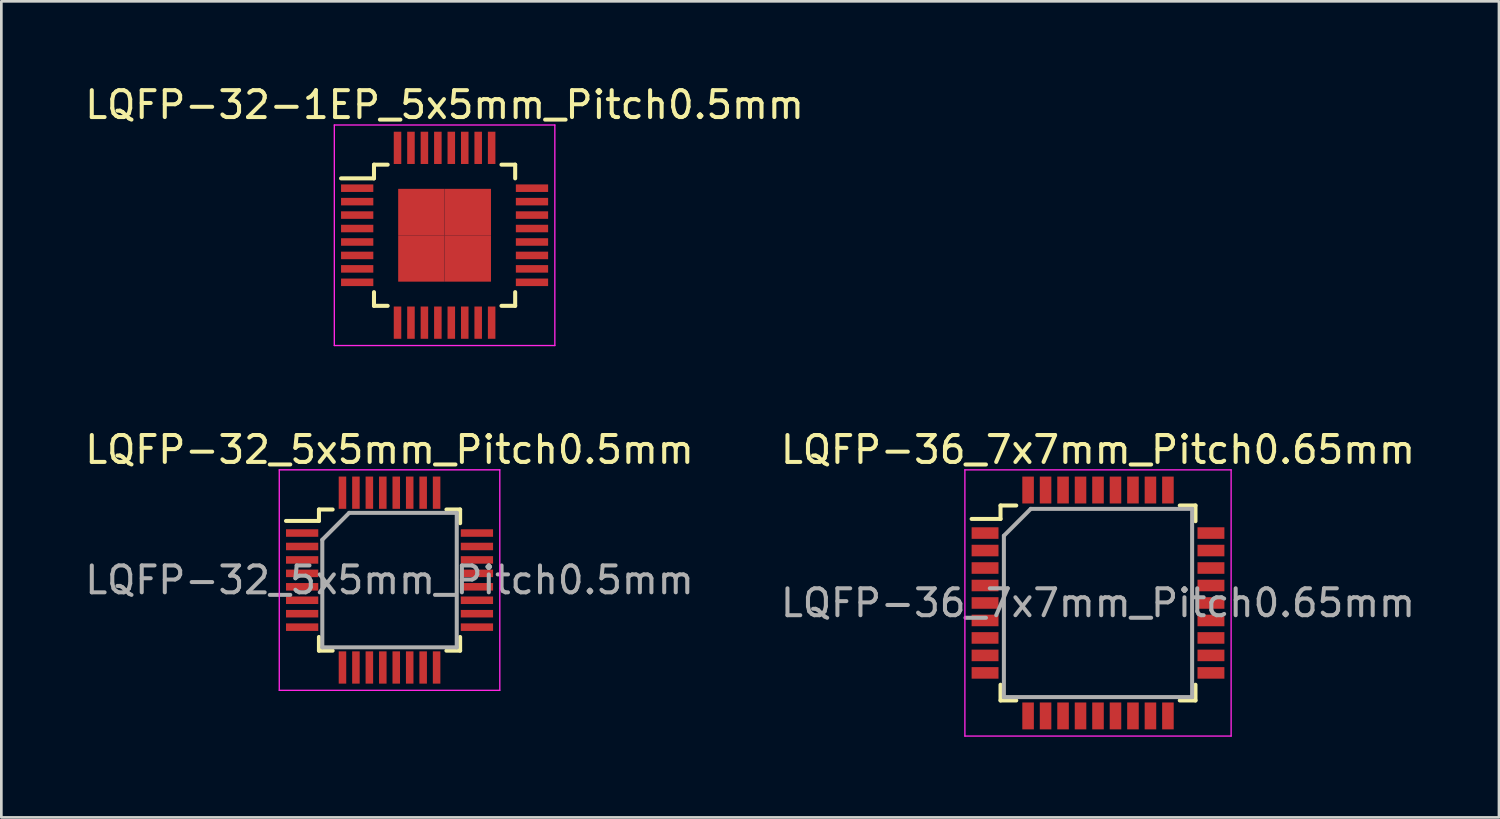
<source format=kicad_pcb>
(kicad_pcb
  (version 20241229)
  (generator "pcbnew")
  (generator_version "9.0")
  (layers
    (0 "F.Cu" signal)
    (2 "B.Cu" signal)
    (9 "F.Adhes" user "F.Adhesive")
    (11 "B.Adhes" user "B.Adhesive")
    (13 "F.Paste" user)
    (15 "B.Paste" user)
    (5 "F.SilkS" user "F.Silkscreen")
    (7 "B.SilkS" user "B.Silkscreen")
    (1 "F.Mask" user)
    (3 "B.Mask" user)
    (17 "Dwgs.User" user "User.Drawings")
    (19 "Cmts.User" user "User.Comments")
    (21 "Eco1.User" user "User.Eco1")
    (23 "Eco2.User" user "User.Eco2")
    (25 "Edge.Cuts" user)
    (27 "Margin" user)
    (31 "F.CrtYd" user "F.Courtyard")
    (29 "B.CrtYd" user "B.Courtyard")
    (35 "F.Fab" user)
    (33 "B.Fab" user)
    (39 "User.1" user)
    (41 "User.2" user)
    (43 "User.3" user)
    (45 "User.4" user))
  (footprint "LQFP-32-1EP_5x5mm_Pitch0.5mm"
    (layer "F.Cu")
    (at 13.482 5.698)
    (property "Reference" "LQFP-32-1EP_5x5mm_Pitch0.5mm" (at 0 -4.85 0) (layer "F.SilkS") (effects (font (size 1 1) (thickness 0.15))))
    (attr smd)
    (fp_line (start -2.625 -2.625) (end -2.625 -2.115) (stroke (width 0.15) (type solid)) (layer "F.SilkS"))
    (fp_line (start -2.625 -2.625) (end -2.115 -2.625) (stroke (width 0.15) (type solid)) (layer "F.SilkS"))
    (fp_line (start -2.625 -2.115) (end -3.85 -2.115) (stroke (width 0.15) (type solid)) (layer "F.SilkS"))
    (fp_line (start -2.625 2.625) (end -2.625 2.115) (stroke (width 0.15) (type solid)) (layer "F.SilkS"))
    (fp_line (start -2.625 2.625) (end -2.115 2.625) (stroke (width 0.15) (type solid)) (layer "F.SilkS"))
    (fp_line (start 2.625 -2.625) (end 2.115 -2.625) (stroke (width 0.15) (type solid)) (layer "F.SilkS"))
    (fp_line (start 2.625 -2.625) (end 2.625 -2.115) (stroke (width 0.15) (type solid)) (layer "F.SilkS"))
    (fp_line (start 2.625 2.625) (end 2.115 2.625) (stroke (width 0.15) (type solid)) (layer "F.SilkS"))
    (fp_line (start 2.625 2.625) (end 2.625 2.115) (stroke (width 0.15) (type solid)) (layer "F.SilkS"))
    (fp_line (start -4.1 -4.1) (end -4.1 4.1) (stroke (width 0.05) (type solid)) (layer "F.CrtYd"))
    (fp_line (start -4.1 -4.1) (end 4.1 -4.1) (stroke (width 0.05) (type solid)) (layer "F.CrtYd"))
    (fp_line (start -4.1 4.1) (end 4.1 4.1) (stroke (width 0.05) (type solid)) (layer "F.CrtYd"))
    (fp_line (start 4.1 -4.1) (end 4.1 4.1) (stroke (width 0.05) (type solid)) (layer "F.CrtYd"))
    (pad "1" smd rect (at -3.25 -1.75) (size 1.2 0.28) (layers "F.Cu" "F.Mask" "F.Paste"))
    (pad "2" smd rect (at -3.25 -1.25) (size 1.2 0.28) (layers "F.Cu" "F.Mask" "F.Paste"))
    (pad "3" smd rect (at -3.25 -0.75) (size 1.2 0.28) (layers "F.Cu" "F.Mask" "F.Paste"))
    (pad "4" smd rect (at -3.25 -0.25) (size 1.2 0.28) (layers "F.Cu" "F.Mask" "F.Paste"))
    (pad "5" smd rect (at -3.25 0.25) (size 1.2 0.28) (layers "F.Cu" "F.Mask" "F.Paste"))
    (pad "6" smd rect (at -3.25 0.75) (size 1.2 0.28) (layers "F.Cu" "F.Mask" "F.Paste"))
    (pad "7" smd rect (at -3.25 1.25) (size 1.2 0.28) (layers "F.Cu" "F.Mask" "F.Paste"))
    (pad "8" smd rect (at -3.25 1.75) (size 1.2 0.28) (layers "F.Cu" "F.Mask" "F.Paste"))
    (pad "9" smd rect (at -1.75 3.25 90) (size 1.2 0.28) (layers "F.Cu" "F.Mask" "F.Paste"))
    (pad "10" smd rect (at -1.25 3.25 90) (size 1.2 0.28) (layers "F.Cu" "F.Mask" "F.Paste"))
    (pad "11" smd rect (at -0.75 3.25 90) (size 1.2 0.28) (layers "F.Cu" "F.Mask" "F.Paste"))
    (pad "12" smd rect (at -0.25 3.25 90) (size 1.2 0.28) (layers "F.Cu" "F.Mask" "F.Paste"))
    (pad "13" smd rect (at 0.25 3.25 90) (size 1.2 0.28) (layers "F.Cu" "F.Mask" "F.Paste"))
    (pad "14" smd rect (at 0.75 3.25 90) (size 1.2 0.28) (layers "F.Cu" "F.Mask" "F.Paste"))
    (pad "15" smd rect (at 1.25 3.25 90) (size 1.2 0.28) (layers "F.Cu" "F.Mask" "F.Paste"))
    (pad "16" smd rect (at 1.75 3.25 90) (size 1.2 0.28) (layers "F.Cu" "F.Mask" "F.Paste"))
    (pad "17" smd rect (at 3.25 1.75) (size 1.2 0.28) (layers "F.Cu" "F.Mask" "F.Paste"))
    (pad "18" smd rect (at 3.25 1.25) (size 1.2 0.28) (layers "F.Cu" "F.Mask" "F.Paste"))
    (pad "19" smd rect (at 3.25 0.75) (size 1.2 0.28) (layers "F.Cu" "F.Mask" "F.Paste"))
    (pad "20" smd rect (at 3.25 0.25) (size 1.2 0.28) (layers "F.Cu" "F.Mask" "F.Paste"))
    (pad "21" smd rect (at 3.25 -0.25) (size 1.2 0.28) (layers "F.Cu" "F.Mask" "F.Paste"))
    (pad "22" smd rect (at 3.25 -0.75) (size 1.2 0.28) (layers "F.Cu" "F.Mask" "F.Paste"))
    (pad "23" smd rect (at 3.25 -1.25) (size 1.2 0.28) (layers "F.Cu" "F.Mask" "F.Paste"))
    (pad "24" smd rect (at 3.25 -1.75) (size 1.2 0.28) (layers "F.Cu" "F.Mask" "F.Paste"))
    (pad "25" smd rect (at 1.75 -3.25 90) (size 1.2 0.28) (layers "F.Cu" "F.Mask" "F.Paste"))
    (pad "26" smd rect (at 1.25 -3.25 90) (size 1.2 0.28) (layers "F.Cu" "F.Mask" "F.Paste"))
    (pad "27" smd rect (at 0.75 -3.25 90) (size 1.2 0.28) (layers "F.Cu" "F.Mask" "F.Paste"))
    (pad "28" smd rect (at 0.25 -3.25 90) (size 1.2 0.28) (layers "F.Cu" "F.Mask" "F.Paste"))
    (pad "29" smd rect (at -0.25 -3.25 90) (size 1.2 0.28) (layers "F.Cu" "F.Mask" "F.Paste"))
    (pad "30" smd rect (at -0.75 -3.25 90) (size 1.2 0.28) (layers "F.Cu" "F.Mask" "F.Paste"))
    (pad "31" smd rect (at -1.25 -3.25 90) (size 1.2 0.28) (layers "F.Cu" "F.Mask" "F.Paste"))
    (pad "32" smd rect (at -1.75 -3.25 90) (size 1.2 0.28) (layers "F.Cu" "F.Mask" "F.Paste"))
    (pad "33" smd rect (at -0.863 -0.863) (size 1.725 1.725) (layers "F.Cu" "F.Mask" "F.Paste"))
    (pad "33" smd rect (at -0.863 0.863) (size 1.725 1.725) (layers "F.Cu" "F.Mask" "F.Paste"))
    (pad "33" smd rect (at 0.863 -0.863) (size 1.725 1.725) (layers "F.Cu" "F.Mask" "F.Paste"))
    (pad "33" smd rect (at 0.863 0.863) (size 1.725 1.725) (layers "F.Cu" "F.Mask" "F.Paste")))
  (footprint "LQFP-36_7x7mm_Pitch0.65mm"
    (layer "F.Cu")
    (at 37.78 19.372)
    (property "Reference" "LQFP-36_7x7mm_Pitch0.65mm" (at 0 -5.7 0) (layer "F.SilkS") (effects (font (size 1 1) (thickness 0.15))))
    (attr smd)
    (fp_line (start -3.625 -3.625) (end -3.625 -3.125) (stroke (width 0.15) (type solid)) (layer "F.SilkS"))
    (fp_line (start -3.625 -3.625) (end -3.04 -3.625) (stroke (width 0.15) (type solid)) (layer "F.SilkS"))
    (fp_line (start -3.625 -3.125) (end -4.7 -3.125) (stroke (width 0.15) (type solid)) (layer "F.SilkS"))
    (fp_line (start -3.625 3.625) (end -3.625 3.04) (stroke (width 0.15) (type solid)) (layer "F.SilkS"))
    (fp_line (start -3.625 3.625) (end -3.04 3.625) (stroke (width 0.15) (type solid)) (layer "F.SilkS"))
    (fp_line (start 3.625 -3.625) (end 3.04 -3.625) (stroke (width 0.15) (type solid)) (layer "F.SilkS"))
    (fp_line (start 3.625 -3.625) (end 3.625 -3.04) (stroke (width 0.15) (type solid)) (layer "F.SilkS"))
    (fp_line (start 3.625 3.625) (end 3.04 3.625) (stroke (width 0.15) (type solid)) (layer "F.SilkS"))
    (fp_line (start 3.625 3.625) (end 3.625 3.04) (stroke (width 0.15) (type solid)) (layer "F.SilkS"))
    (fp_line (start -4.95 -4.95) (end -4.95 4.95) (stroke (width 0.05) (type solid)) (layer "F.CrtYd"))
    (fp_line (start -4.95 -4.95) (end 4.95 -4.95) (stroke (width 0.05) (type solid)) (layer "F.CrtYd"))
    (fp_line (start -4.95 4.95) (end 4.95 4.95) (stroke (width 0.05) (type solid)) (layer "F.CrtYd"))
    (fp_line (start 4.95 -4.95) (end 4.95 4.95) (stroke (width 0.05) (type solid)) (layer "F.CrtYd"))
    (fp_line (start -3.5 -2.5) (end -2.5 -3.5) (stroke (width 0.15) (type solid)) (layer "F.Fab"))
    (fp_line (start -3.5 3.5) (end -3.5 -2.5) (stroke (width 0.15) (type solid)) (layer "F.Fab"))
    (fp_line (start -2.5 -3.5) (end 3.5 -3.5) (stroke (width 0.15) (type solid)) (layer "F.Fab"))
    (fp_line (start 3.5 -3.5) (end 3.5 3.5) (stroke (width 0.15) (type solid)) (layer "F.Fab"))
    (fp_line (start 3.5 3.5) (end -3.5 3.5) (stroke (width 0.15) (type solid)) (layer "F.Fab"))
    (fp_text user "${REFERENCE}" (at 0 0 0) (layer "F.Fab") (effects (font (size 1 1) (thickness 0.15))))
    (pad "1" smd rect (at -4.2 -2.6) (size 1 0.43) (layers "F.Cu" "F.Mask" "F.Paste"))
    (pad "2" smd rect (at -4.2 -1.95) (size 1 0.43) (layers "F.Cu" "F.Mask" "F.Paste"))
    (pad "3" smd rect (at -4.2 -1.3) (size 1 0.43) (layers "F.Cu" "F.Mask" "F.Paste"))
    (pad "4" smd rect (at -4.2 -0.65) (size 1 0.43) (layers "F.Cu" "F.Mask" "F.Paste"))
    (pad "5" smd rect (at -4.2 0) (size 1 0.43) (layers "F.Cu" "F.Mask" "F.Paste"))
    (pad "6" smd rect (at -4.2 0.65) (size 1 0.43) (layers "F.Cu" "F.Mask" "F.Paste"))
    (pad "7" smd rect (at -4.2 1.3) (size 1 0.43) (layers "F.Cu" "F.Mask" "F.Paste"))
    (pad "8" smd rect (at -4.2 1.95) (size 1 0.43) (layers "F.Cu" "F.Mask" "F.Paste"))
    (pad "9" smd rect (at -4.2 2.6) (size 1 0.43) (layers "F.Cu" "F.Mask" "F.Paste"))
    (pad "10" smd rect (at -2.6 4.2 90) (size 1 0.43) (layers "F.Cu" "F.Mask" "F.Paste"))
    (pad "11" smd rect (at -1.95 4.2 90) (size 1 0.43) (layers "F.Cu" "F.Mask" "F.Paste"))
    (pad "12" smd rect (at -1.3 4.2 90) (size 1 0.43) (layers "F.Cu" "F.Mask" "F.Paste"))
    (pad "13" smd rect (at -0.65 4.2 90) (size 1 0.43) (layers "F.Cu" "F.Mask" "F.Paste"))
    (pad "14" smd rect (at 0 4.2 90) (size 1 0.43) (layers "F.Cu" "F.Mask" "F.Paste"))
    (pad "15" smd rect (at 0.65 4.2 90) (size 1 0.43) (layers "F.Cu" "F.Mask" "F.Paste"))
    (pad "16" smd rect (at 1.3 4.2 90) (size 1 0.43) (layers "F.Cu" "F.Mask" "F.Paste"))
    (pad "17" smd rect (at 1.95 4.2 90) (size 1 0.43) (layers "F.Cu" "F.Mask" "F.Paste"))
    (pad "18" smd rect (at 2.6 4.2 90) (size 1 0.43) (layers "F.Cu" "F.Mask" "F.Paste"))
    (pad "19" smd rect (at 4.2 2.6) (size 1 0.43) (layers "F.Cu" "F.Mask" "F.Paste"))
    (pad "20" smd rect (at 4.2 1.95) (size 1 0.43) (layers "F.Cu" "F.Mask" "F.Paste"))
    (pad "21" smd rect (at 4.2 1.3) (size 1 0.43) (layers "F.Cu" "F.Mask" "F.Paste"))
    (pad "22" smd rect (at 4.2 0.65) (size 1 0.43) (layers "F.Cu" "F.Mask" "F.Paste"))
    (pad "23" smd rect (at 4.2 0) (size 1 0.43) (layers "F.Cu" "F.Mask" "F.Paste"))
    (pad "24" smd rect (at 4.2 -0.65) (size 1 0.43) (layers "F.Cu" "F.Mask" "F.Paste"))
    (pad "25" smd rect (at 4.2 -1.3) (size 1 0.43) (layers "F.Cu" "F.Mask" "F.Paste"))
    (pad "26" smd rect (at 4.2 -1.95) (size 1 0.43) (layers "F.Cu" "F.Mask" "F.Paste"))
    (pad "27" smd rect (at 4.2 -2.6) (size 1 0.43) (layers "F.Cu" "F.Mask" "F.Paste"))
    (pad "28" smd rect (at 2.6 -4.2 90) (size 1 0.43) (layers "F.Cu" "F.Mask" "F.Paste"))
    (pad "29" smd rect (at 1.95 -4.2 90) (size 1 0.43) (layers "F.Cu" "F.Mask" "F.Paste"))
    (pad "30" smd rect (at 1.3 -4.2 90) (size 1 0.43) (layers "F.Cu" "F.Mask" "F.Paste"))
    (pad "31" smd rect (at 0.65 -4.2 90) (size 1 0.43) (layers "F.Cu" "F.Mask" "F.Paste"))
    (pad "32" smd rect (at 0 -4.2 90) (size 1 0.43) (layers "F.Cu" "F.Mask" "F.Paste"))
    (pad "33" smd rect (at -0.65 -4.2 90) (size 1 0.43) (layers "F.Cu" "F.Mask" "F.Paste"))
    (pad "34" smd rect (at -1.3 -4.2 90) (size 1 0.43) (layers "F.Cu" "F.Mask" "F.Paste"))
    (pad "35" smd rect (at -1.95 -4.2 90) (size 1 0.43) (layers "F.Cu" "F.Mask" "F.Paste"))
    (pad "36" smd rect (at -2.6 -4.2 90) (size 1 0.43) (layers "F.Cu" "F.Mask" "F.Paste")))
  (footprint "LQFP-32_5x5mm_Pitch0.5mm"
    (layer "F.Cu")
    (at 11.435 18.521)
    (property "Reference" "LQFP-32_5x5mm_Pitch0.5mm" (at 0 -4.85 0) (layer "F.SilkS") (effects (font (size 1 1) (thickness 0.15))))
    (attr smd)
    (fp_line (start -2.625 -2.625) (end -2.625 -2.2) (stroke (width 0.15) (type solid)) (layer "F.SilkS"))
    (fp_line (start -2.625 -2.625) (end -2.115 -2.625) (stroke (width 0.15) (type solid)) (layer "F.SilkS"))
    (fp_line (start -2.625 -2.2) (end -3.85 -2.2) (stroke (width 0.15) (type solid)) (layer "F.SilkS"))
    (fp_line (start -2.625 2.625) (end -2.625 2.115) (stroke (width 0.15) (type solid)) (layer "F.SilkS"))
    (fp_line (start -2.625 2.625) (end -2.115 2.625) (stroke (width 0.15) (type solid)) (layer "F.SilkS"))
    (fp_line (start 2.625 -2.625) (end 2.115 -2.625) (stroke (width 0.15) (type solid)) (layer "F.SilkS"))
    (fp_line (start 2.625 -2.625) (end 2.625 -2.115) (stroke (width 0.15) (type solid)) (layer "F.SilkS"))
    (fp_line (start 2.625 2.625) (end 2.115 2.625) (stroke (width 0.15) (type solid)) (layer "F.SilkS"))
    (fp_line (start 2.625 2.625) (end 2.625 2.115) (stroke (width 0.15) (type solid)) (layer "F.SilkS"))
    (fp_line (start -4.1 -4.1) (end -4.1 4.1) (stroke (width 0.05) (type solid)) (layer "F.CrtYd"))
    (fp_line (start -4.1 -4.1) (end 4.1 -4.1) (stroke (width 0.05) (type solid)) (layer "F.CrtYd"))
    (fp_line (start -4.1 4.1) (end 4.1 4.1) (stroke (width 0.05) (type solid)) (layer "F.CrtYd"))
    (fp_line (start 4.1 -4.1) (end 4.1 4.1) (stroke (width 0.05) (type solid)) (layer "F.CrtYd"))
    (fp_line (start -2.5 -1.5) (end -1.5 -2.5) (stroke (width 0.15) (type solid)) (layer "F.Fab"))
    (fp_line (start -2.5 2.5) (end -2.5 -1.5) (stroke (width 0.15) (type solid)) (layer "F.Fab"))
    (fp_line (start -1.5 -2.5) (end 2.5 -2.5) (stroke (width 0.15) (type solid)) (layer "F.Fab"))
    (fp_line (start 2.5 -2.5) (end 2.5 2.5) (stroke (width 0.15) (type solid)) (layer "F.Fab"))
    (fp_line (start 2.5 2.5) (end -2.5 2.5) (stroke (width 0.15) (type solid)) (layer "F.Fab"))
    (fp_text user "${REFERENCE}" (at 0 0 0) (layer "F.Fab") (effects (font (size 1 1) (thickness 0.15))))
    (pad "1" smd rect (at -3.25 -1.75) (size 1.2 0.28) (layers "F.Cu" "F.Mask" "F.Paste"))
    (pad "2" smd rect (at -3.25 -1.25) (size 1.2 0.28) (layers "F.Cu" "F.Mask" "F.Paste"))
    (pad "3" smd rect (at -3.25 -0.75) (size 1.2 0.28) (layers "F.Cu" "F.Mask" "F.Paste"))
    (pad "4" smd rect (at -3.25 -0.25) (size 1.2 0.28) (layers "F.Cu" "F.Mask" "F.Paste"))
    (pad "5" smd rect (at -3.25 0.25) (size 1.2 0.28) (layers "F.Cu" "F.Mask" "F.Paste"))
    (pad "6" smd rect (at -3.25 0.75) (size 1.2 0.28) (layers "F.Cu" "F.Mask" "F.Paste"))
    (pad "7" smd rect (at -3.25 1.25) (size 1.2 0.28) (layers "F.Cu" "F.Mask" "F.Paste"))
    (pad "8" smd rect (at -3.25 1.75) (size 1.2 0.28) (layers "F.Cu" "F.Mask" "F.Paste"))
    (pad "9" smd rect (at -1.75 3.25 90) (size 1.2 0.28) (layers "F.Cu" "F.Mask" "F.Paste"))
    (pad "10" smd rect (at -1.25 3.25 90) (size 1.2 0.28) (layers "F.Cu" "F.Mask" "F.Paste"))
    (pad "11" smd rect (at -0.75 3.25 90) (size 1.2 0.28) (layers "F.Cu" "F.Mask" "F.Paste"))
    (pad "12" smd rect (at -0.25 3.25 90) (size 1.2 0.28) (layers "F.Cu" "F.Mask" "F.Paste"))
    (pad "13" smd rect (at 0.25 3.25 90) (size 1.2 0.28) (layers "F.Cu" "F.Mask" "F.Paste"))
    (pad "14" smd rect (at 0.75 3.25 90) (size 1.2 0.28) (layers "F.Cu" "F.Mask" "F.Paste"))
    (pad "15" smd rect (at 1.25 3.25 90) (size 1.2 0.28) (layers "F.Cu" "F.Mask" "F.Paste"))
    (pad "16" smd rect (at 1.75 3.25 90) (size 1.2 0.28) (layers "F.Cu" "F.Mask" "F.Paste"))
    (pad "17" smd rect (at 3.25 1.75) (size 1.2 0.28) (layers "F.Cu" "F.Mask" "F.Paste"))
    (pad "18" smd rect (at 3.25 1.25) (size 1.2 0.28) (layers "F.Cu" "F.Mask" "F.Paste"))
    (pad "19" smd rect (at 3.25 0.75) (size 1.2 0.28) (layers "F.Cu" "F.Mask" "F.Paste"))
    (pad "20" smd rect (at 3.25 0.25) (size 1.2 0.28) (layers "F.Cu" "F.Mask" "F.Paste"))
    (pad "21" smd rect (at 3.25 -0.25) (size 1.2 0.28) (layers "F.Cu" "F.Mask" "F.Paste"))
    (pad "22" smd rect (at 3.25 -0.75) (size 1.2 0.28) (layers "F.Cu" "F.Mask" "F.Paste"))
    (pad "23" smd rect (at 3.25 -1.25) (size 1.2 0.28) (layers "F.Cu" "F.Mask" "F.Paste"))
    (pad "24" smd rect (at 3.25 -1.75) (size 1.2 0.28) (layers "F.Cu" "F.Mask" "F.Paste"))
    (pad "25" smd rect (at 1.75 -3.25 90) (size 1.2 0.28) (layers "F.Cu" "F.Mask" "F.Paste"))
    (pad "26" smd rect (at 1.25 -3.25 90) (size 1.2 0.28) (layers "F.Cu" "F.Mask" "F.Paste"))
    (pad "27" smd rect (at 0.75 -3.25 90) (size 1.2 0.28) (layers "F.Cu" "F.Mask" "F.Paste"))
    (pad "28" smd rect (at 0.25 -3.25 90) (size 1.2 0.28) (layers "F.Cu" "F.Mask" "F.Paste"))
    (pad "29" smd rect (at -0.25 -3.25 90) (size 1.2 0.28) (layers "F.Cu" "F.Mask" "F.Paste"))
    (pad "30" smd rect (at -0.75 -3.25 90) (size 1.2 0.28) (layers "F.Cu" "F.Mask" "F.Paste"))
    (pad "31" smd rect (at -1.25 -3.25 90) (size 1.2 0.28) (layers "F.Cu" "F.Mask" "F.Paste"))
    (pad "32" smd rect (at -1.75 -3.25 90) (size 1.2 0.28) (layers "F.Cu" "F.Mask" "F.Paste")))
  (gr_rect
    (start -3 -3)
    (end 52.69 27.346)
    (stroke (width 0.1) (type default))
    (fill no)
    (layer "Edge.Cuts")))
</source>
